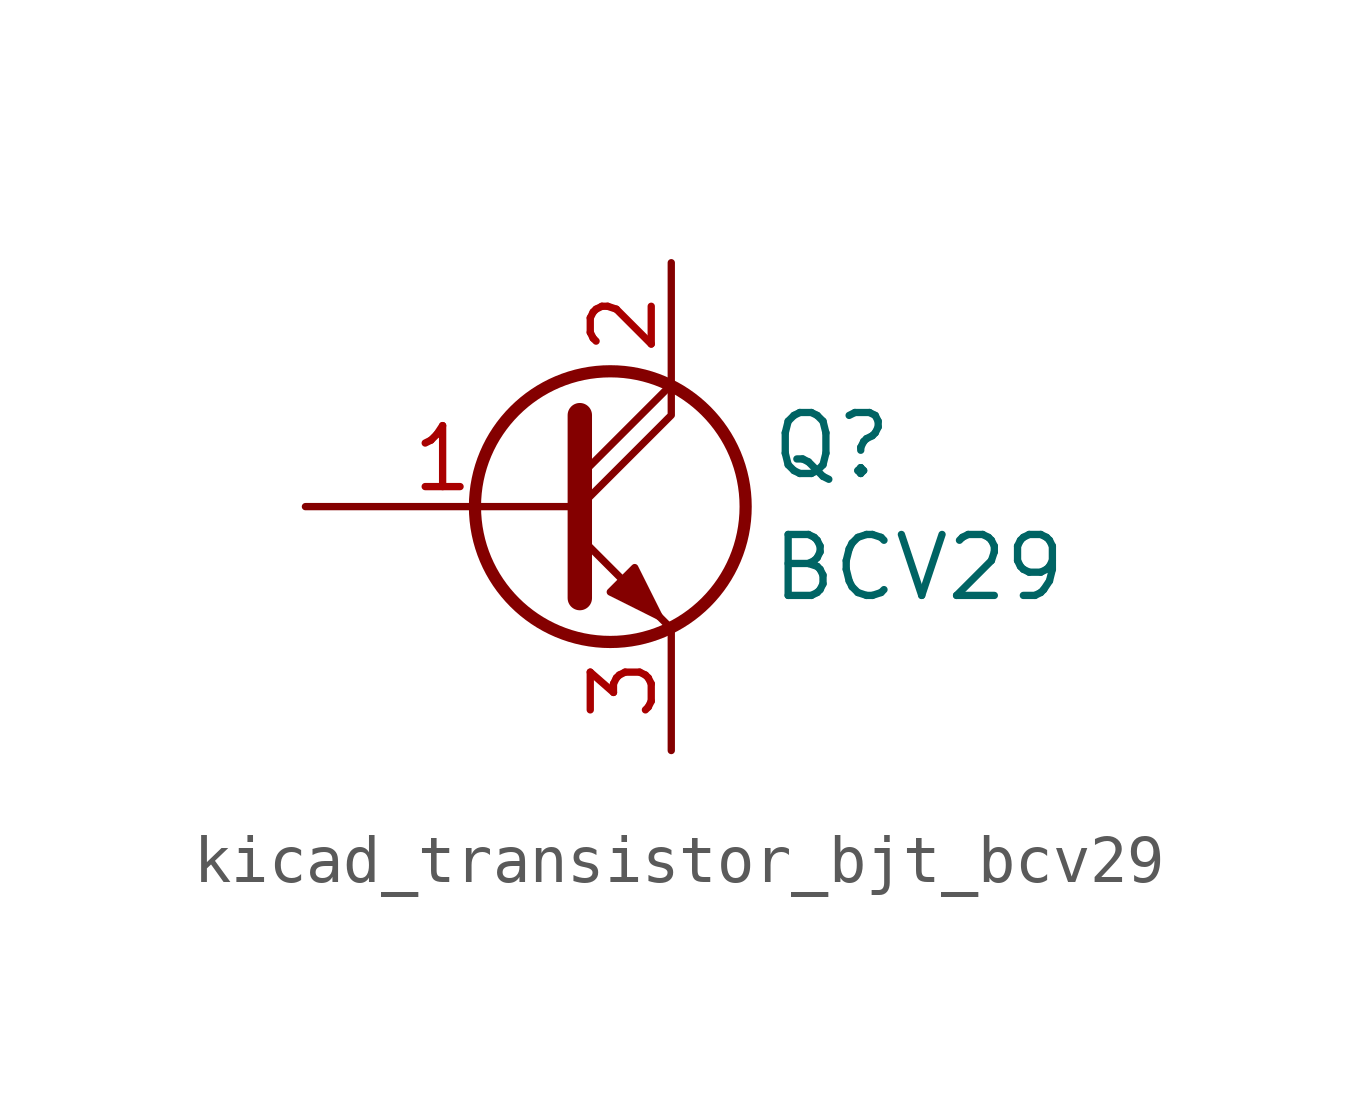
<source format=kicad_sym>
(kicad_symbol_lib
  (version 20220914)
  (generator kicad_symbol_editor)
  (symbol "kicad_transistor_bjt_bcv29"
    (pin_names
      (offset 0) hide)
    (property "Reference" "Q"
      (at 4.572 1.27 0)
      (effects (font (size 1.27 1.27)) (justify left)))
    (property "Value" "BCV29"
      (at 4.572 -1.27 0)
      (effects (font (size 1.27 1.27)) (justify left)))
    (symbol "kicad_transistor_bjt_bcv29_0_1"
      (polyline (pts (xy 0.635 0.635) (xy 2.54 2.54)) (stroke (width 0) (type default)) (fill (type none)))
      (polyline (pts (xy 0.635 -0.635) (xy 2.54 -2.54) (xy 2.54 -2.54)) (stroke (width 0) (type default)) (fill (type none)))
      (polyline (pts (xy 0.635 0) (xy 2.54 1.905) (xy 2.54 2.54)) (stroke (width 0) (type default)) (fill (type none)))
      (polyline (pts (xy 0.635 1.905) (xy 0.635 -1.905) (xy 0.635 -1.905)) (stroke (width 0.508) (type default)) (fill (type none)))
      (polyline (pts (xy 1.27 -1.778) (xy 1.778 -1.27) (xy 2.286 -2.286) (xy 1.27 -1.778) (xy 1.27 -1.778)) (stroke (width 0) (type default)) (fill (type outline)))
      (circle (center 1.27 0) (radius 2.819) (stroke (width 0.254) (type default)) (fill (type none))))
    (symbol "kicad_transistor_bjt_bcv29_1_1"
      (pin input line (at -5.08 0 0) (length 5.715) (name "B" (effects (font (size 1.27 1.27)))) (number "1" (effects (font (size 1.27 1.27)))))
      (pin passive line (at 2.54 5.08 270) (length 2.54) (name "C" (effects (font (size 1.27 1.27)))) (number "2" (effects (font (size 1.27 1.27)))))
      (pin passive line (at 2.54 -5.08 90) (length 2.54) (name "E" (effects (font (size 1.27 1.27)))) (number "3" (effects (font (size 1.27 1.27))))))))
</source>
